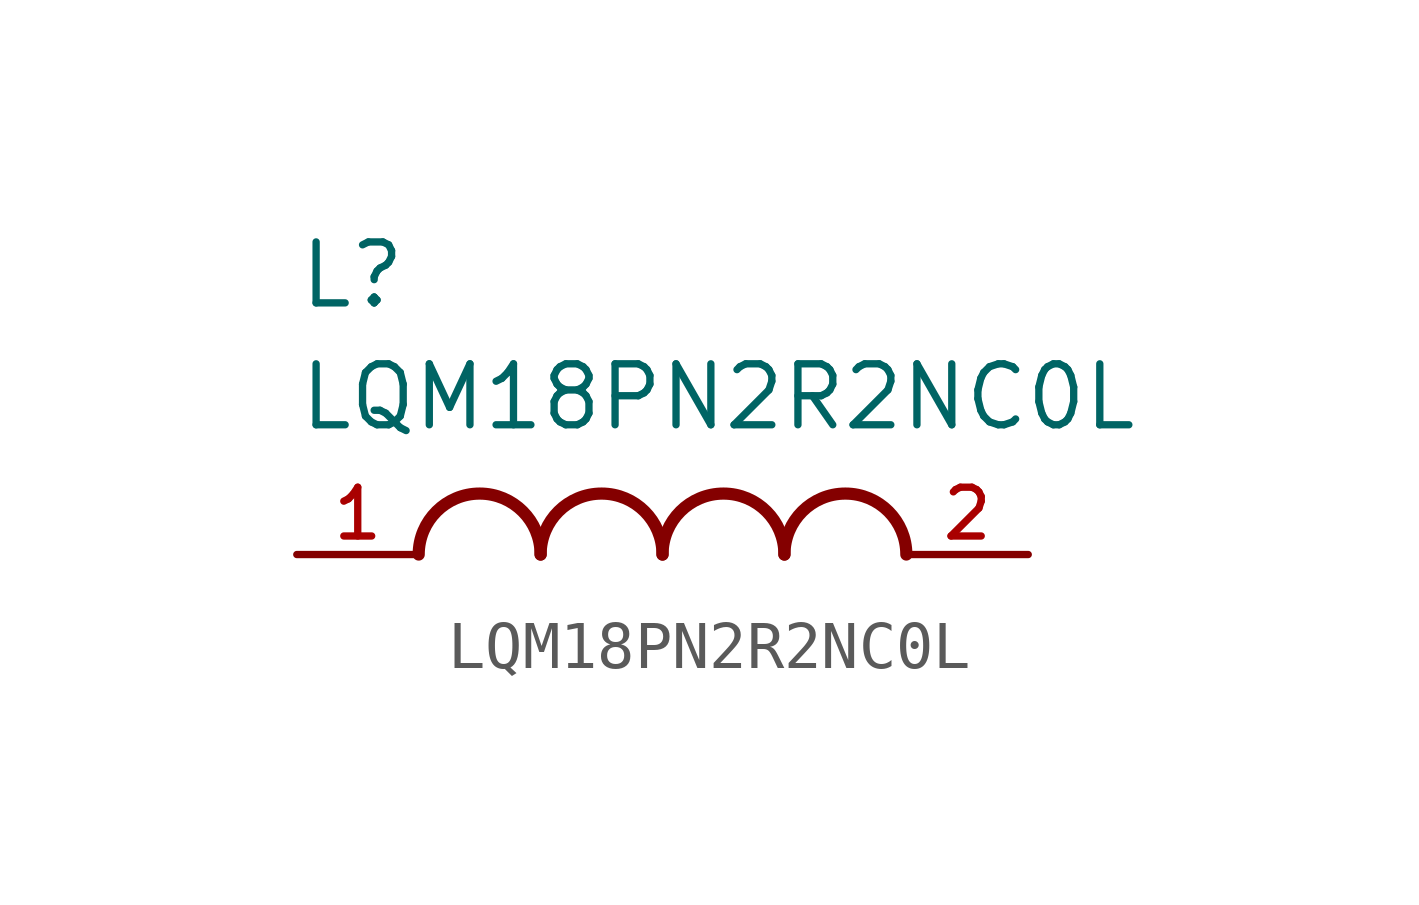
<source format=kicad_sym>
(kicad_symbol_lib
  (version 20211014)
  (generator kicad_symbol_editor)
  (symbol "LQM18PN2R2NC0L"
    (pin_names
      (offset 1.016))
    (property "Reference" "L"
      (at -7.62 5.08 0)
      (effects (font (size 1.27 1.27)) (justify bottom left)))
    (property "Value" "LQM18PN2R2NC0L"
      (at -7.62 2.54 0)
      (effects (font (size 1.27 1.27)) (justify bottom left)))
    (symbol "LQM18PN2R2NC0L_0_0"
      (arc (start -2.54 0.0) (mid -3.81 1.27) (end -5.08 0.0) (stroke (width 0.254) (type default) (color 0 0 0 0)) (fill (type none)))
      (arc (start 0.0 0.0) (mid -1.27 1.27) (end -2.54 0.0) (stroke (width 0.254) (type default) (color 0 0 0 0)) (fill (type none)))
      (arc (start 2.54 0.0) (mid 1.27 1.27) (end 0.0 0.0) (stroke (width 0.254) (type default) (color 0 0 0 0)) (fill (type none)))
      (arc (start 5.08 0.0) (mid 3.81 1.27) (end 2.54 0.0) (stroke (width 0.254) (type default) (color 0 0 0 0)) (fill (type none)))
      (pin passive line (at -7.62 0.0 0) (length 2.54) (name "~" (effects (font (size 1.016 1.016)))) (number "1" (effects (font (size 1.016 1.016)))))
      (pin passive line (at 7.62 0.0 180.0) (length 2.54) (name "~" (effects (font (size 1.016 1.016)))) (number "2" (effects (font (size 1.016 1.016))))))))
</source>
